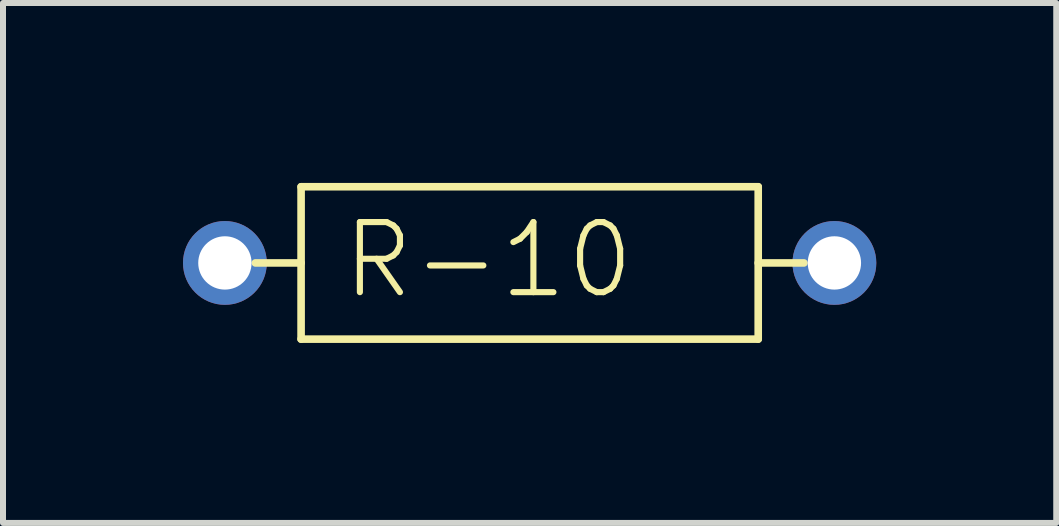
<source format=kicad_pcb>
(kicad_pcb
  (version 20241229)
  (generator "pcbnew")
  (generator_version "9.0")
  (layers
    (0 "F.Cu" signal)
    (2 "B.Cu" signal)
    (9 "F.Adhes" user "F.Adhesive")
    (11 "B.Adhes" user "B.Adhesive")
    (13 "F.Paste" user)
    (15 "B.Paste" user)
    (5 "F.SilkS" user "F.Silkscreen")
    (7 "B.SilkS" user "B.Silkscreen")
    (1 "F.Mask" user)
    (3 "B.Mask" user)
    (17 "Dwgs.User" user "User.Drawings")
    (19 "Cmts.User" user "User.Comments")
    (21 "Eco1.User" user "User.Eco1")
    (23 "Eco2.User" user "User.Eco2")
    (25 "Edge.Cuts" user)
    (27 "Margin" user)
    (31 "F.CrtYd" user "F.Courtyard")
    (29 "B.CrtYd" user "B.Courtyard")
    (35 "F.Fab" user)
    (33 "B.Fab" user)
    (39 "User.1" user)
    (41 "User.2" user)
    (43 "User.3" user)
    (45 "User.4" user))
  (footprint "R-10"
    (layer "F.Cu")
    (at 5.779 1.333)
    (property "Reference" "R-10" (at -3.175 0.635 0) (layer "F.SilkS") (effects (font (size 1.168 1.168) (thickness 0.102)) (justify left bottom)))
    (fp_line (start -3.81 -1.27) (end -3.81 1.27) (stroke (width 0.127) (type solid)) (layer "F.SilkS"))
    (fp_line (start -3.81 0) (end -4.572 0) (stroke (width 0.127) (type solid)) (layer "F.SilkS"))
    (fp_line (start -3.81 1.27) (end 3.81 1.27) (stroke (width 0.127) (type solid)) (layer "F.SilkS"))
    (fp_line (start 3.81 -1.27) (end -3.81 -1.27) (stroke (width 0.127) (type solid)) (layer "F.SilkS"))
    (fp_line (start 3.81 0) (end 4.572 0) (stroke (width 0.127) (type solid)) (layer "F.SilkS"))
    (fp_line (start 3.81 1.27) (end 3.81 -1.27) (stroke (width 0.127) (type solid)) (layer "F.SilkS"))
    (pad "1" thru_hole circle (at -5.08 0) (size 1.397 1.397) (drill 0.889) (layers "*.Cu" "*.Mask"))
    (pad "2" thru_hole circle (at 5.08 0) (size 1.397 1.397) (drill 0.889) (layers "*.Cu" "*.Mask")))
  (gr_rect
    (start -3 -3)
    (end 14.557 5.667)
    (stroke (width 0.1) (type default))
    (fill no)
    (layer "Edge.Cuts")))
</source>
